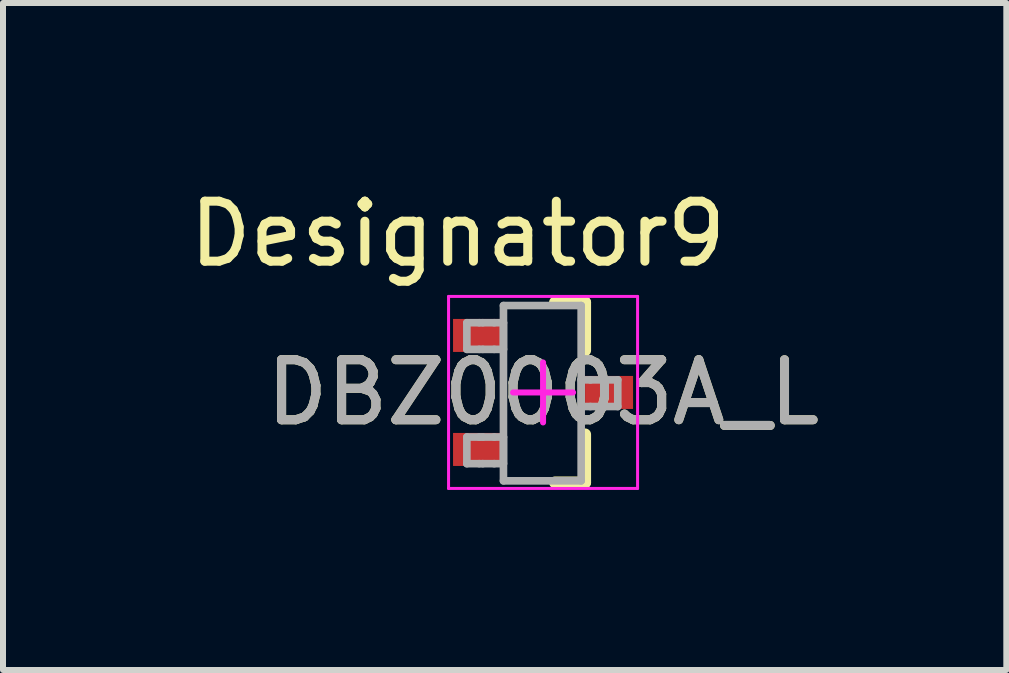
<source format=kicad_pcb>
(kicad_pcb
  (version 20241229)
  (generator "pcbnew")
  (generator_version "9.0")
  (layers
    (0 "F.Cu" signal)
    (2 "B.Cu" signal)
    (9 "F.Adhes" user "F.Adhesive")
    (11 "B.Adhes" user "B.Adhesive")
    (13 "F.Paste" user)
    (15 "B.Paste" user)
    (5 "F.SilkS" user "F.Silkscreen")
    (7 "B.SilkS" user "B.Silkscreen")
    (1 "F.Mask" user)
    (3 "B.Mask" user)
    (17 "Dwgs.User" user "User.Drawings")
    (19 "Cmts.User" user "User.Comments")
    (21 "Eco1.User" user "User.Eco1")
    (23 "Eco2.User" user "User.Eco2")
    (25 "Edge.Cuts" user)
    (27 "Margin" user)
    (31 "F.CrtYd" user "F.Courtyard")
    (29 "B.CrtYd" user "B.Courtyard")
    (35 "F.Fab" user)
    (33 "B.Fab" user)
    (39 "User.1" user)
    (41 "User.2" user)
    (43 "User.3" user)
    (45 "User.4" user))
  (footprint "DBZ0003A_L"
    (layer "F.Cu")
    (at 6 3.49)
    (property "Reference" "DBZ0003A_L" (at 0 0 0) (unlocked yes) (layer "F.SilkS") (effects (font (size 1 1) (thickness 0.15))))
    (attr smd)
    (fp_line (start 0.2 -1.5) (end 0.7 -1.5) (stroke (width 0.2) (type solid)) (layer "F.SilkS"))
    (fp_line (start 0.2 1.5) (end 0.7 1.5) (stroke (width 0.2) (type solid)) (layer "F.SilkS"))
    (fp_line (start 0.7 -0.7) (end 0.7 -1.5) (stroke (width 0.2) (type solid)) (layer "F.SilkS"))
    (fp_line (start 0.7 1.5) (end 0.7 0.7) (stroke (width 0.2) (type solid)) (layer "F.SilkS"))
    (fp_line (start -1.575 -1.6) (end 1.575 -1.6) (stroke (width 0.05) (type solid)) (layer "F.CrtYd"))
    (fp_line (start -1.575 1.6) (end -1.575 -1.6) (stroke (width 0.05) (type solid)) (layer "F.CrtYd"))
    (fp_line (start -1.575 1.6) (end 1.575 1.6) (stroke (width 0.05) (type solid)) (layer "F.CrtYd"))
    (fp_line (start -0.5 0) (end 0.5 0) (stroke (width 0.1) (type solid)) (layer "F.CrtYd"))
    (fp_line (start 0 0.5) (end 0 -0.5) (stroke (width 0.1) (type solid)) (layer "F.CrtYd"))
    (fp_line (start 1.575 1.6) (end 1.575 -1.6) (stroke (width 0.05) (type solid)) (layer "F.CrtYd"))
    (fp_line (start -1.27 -1.162) (end -1.063 -1.162) (stroke (width 0.127) (type solid)) (layer "F.Fab"))
    (fp_line (start -1.27 -0.718) (end -1.27 -1.162) (stroke (width 0.127) (type solid)) (layer "F.Fab"))
    (fp_line (start -1.27 -0.718) (end -1.063 -0.718) (stroke (width 0.127) (type solid)) (layer "F.Fab"))
    (fp_line (start -1.27 0.743) (end -1.063 0.743) (stroke (width 0.127) (type solid)) (layer "F.Fab"))
    (fp_line (start -1.27 1.187) (end -1.27 0.743) (stroke (width 0.127) (type solid)) (layer "F.Fab"))
    (fp_line (start -1.27 1.187) (end -1.063 1.187) (stroke (width 0.127) (type solid)) (layer "F.Fab"))
    (fp_line (start -1.063 -1.162) (end -1.005 -1.162) (stroke (width 0.127) (type solid)) (layer "F.Fab"))
    (fp_line (start -1.063 -0.718) (end -1.005 -0.718) (stroke (width 0.127) (type solid)) (layer "F.Fab"))
    (fp_line (start -1.063 0.743) (end -1.005 0.743) (stroke (width 0.127) (type solid)) (layer "F.Fab"))
    (fp_line (start -1.063 1.187) (end -1.005 1.187) (stroke (width 0.127) (type solid)) (layer "F.Fab"))
    (fp_line (start -1.005 -1.162) (end -0.814 -1.162) (stroke (width 0.127) (type solid)) (layer "F.Fab"))
    (fp_line (start -1.005 -0.718) (end -0.814 -0.718) (stroke (width 0.127) (type solid)) (layer "F.Fab"))
    (fp_line (start -1.005 0.743) (end -0.814 0.743) (stroke (width 0.127) (type solid)) (layer "F.Fab"))
    (fp_line (start -1.005 1.187) (end -0.814 1.187) (stroke (width 0.127) (type solid)) (layer "F.Fab"))
    (fp_line (start -0.814 -1.162) (end -0.66 -1.162) (stroke (width 0.127) (type solid)) (layer "F.Fab"))
    (fp_line (start -0.814 -0.718) (end -0.66 -0.718) (stroke (width 0.127) (type solid)) (layer "F.Fab"))
    (fp_line (start -0.814 0.743) (end -0.66 0.743) (stroke (width 0.127) (type solid)) (layer "F.Fab"))
    (fp_line (start -0.814 1.187) (end -0.66 1.187) (stroke (width 0.127) (type solid)) (layer "F.Fab"))
    (fp_line (start -0.66 -1.448) (end 0.635 -1.448) (stroke (width 0.127) (type solid)) (layer "F.Fab"))
    (fp_line (start -0.66 -0.718) (end -0.66 -1.162) (stroke (width 0.127) (type solid)) (layer "F.Fab"))
    (fp_line (start -0.66 1.187) (end -0.66 0.743) (stroke (width 0.127) (type solid)) (layer "F.Fab"))
    (fp_line (start -0.66 1.473) (end -0.66 -1.448) (stroke (width 0.127) (type solid)) (layer "F.Fab"))
    (fp_line (start -0.66 1.473) (end 0.635 1.473) (stroke (width 0.127) (type solid)) (layer "F.Fab"))
    (fp_line (start 0.635 -0.21) (end 0.789 -0.21) (stroke (width 0.127) (type solid)) (layer "F.Fab"))
    (fp_line (start 0.635 0.235) (end 0.635 -0.21) (stroke (width 0.127) (type solid)) (layer "F.Fab"))
    (fp_line (start 0.635 0.235) (end 0.789 0.235) (stroke (width 0.127) (type solid)) (layer "F.Fab"))
    (fp_line (start 0.635 1.473) (end 0.635 -1.448) (stroke (width 0.127) (type solid)) (layer "F.Fab"))
    (fp_line (start 0.789 -0.21) (end 0.98 -0.21) (stroke (width 0.127) (type solid)) (layer "F.Fab"))
    (fp_line (start 0.789 0.235) (end 0.98 0.235) (stroke (width 0.127) (type solid)) (layer "F.Fab"))
    (fp_line (start 0.98 -0.21) (end 1.037 -0.21) (stroke (width 0.127) (type solid)) (layer "F.Fab"))
    (fp_line (start 0.98 0.235) (end 1.037 0.235) (stroke (width 0.127) (type solid)) (layer "F.Fab"))
    (fp_line (start 1.037 -0.21) (end 1.245 -0.21) (stroke (width 0.127) (type solid)) (layer "F.Fab"))
    (fp_line (start 1.037 0.235) (end 1.245 0.235) (stroke (width 0.127) (type solid)) (layer "F.Fab"))
    (fp_line (start 1.245 0.235) (end 1.245 -0.21) (stroke (width 0.127) (type solid)) (layer "F.Fab"))
    (fp_text user "Designator9" (at -1.422 -2.642 0) (unlocked yes) (layer "F.SilkS") (effects (font (size 1 1) (thickness 0.15))))
    (fp_text user "${REFERENCE}" (at 0 0 0) (unlocked yes) (layer "F.Fab") (effects (font (size 1 1) (thickness 0.15))))
    (pad "1" smd rect (at -1.1 -0.95 90) (size 0.55 0.8) (layers "F.Cu" "F.Mask" "F.Paste"))
    (pad "2" smd rect (at -1.1 0.95 90) (size 0.55 0.8) (layers "F.Cu" "F.Mask" "F.Paste"))
    (pad "3" smd rect (at 1.1 0 90) (size 0.55 0.8) (layers "F.Cu" "F.Mask" "F.Paste")))
  (gr_rect
    (start -3 -3)
    (end 13.72 8.115)
    (stroke (width 0.1) (type default))
    (fill no)
    (layer "Edge.Cuts")))
</source>
